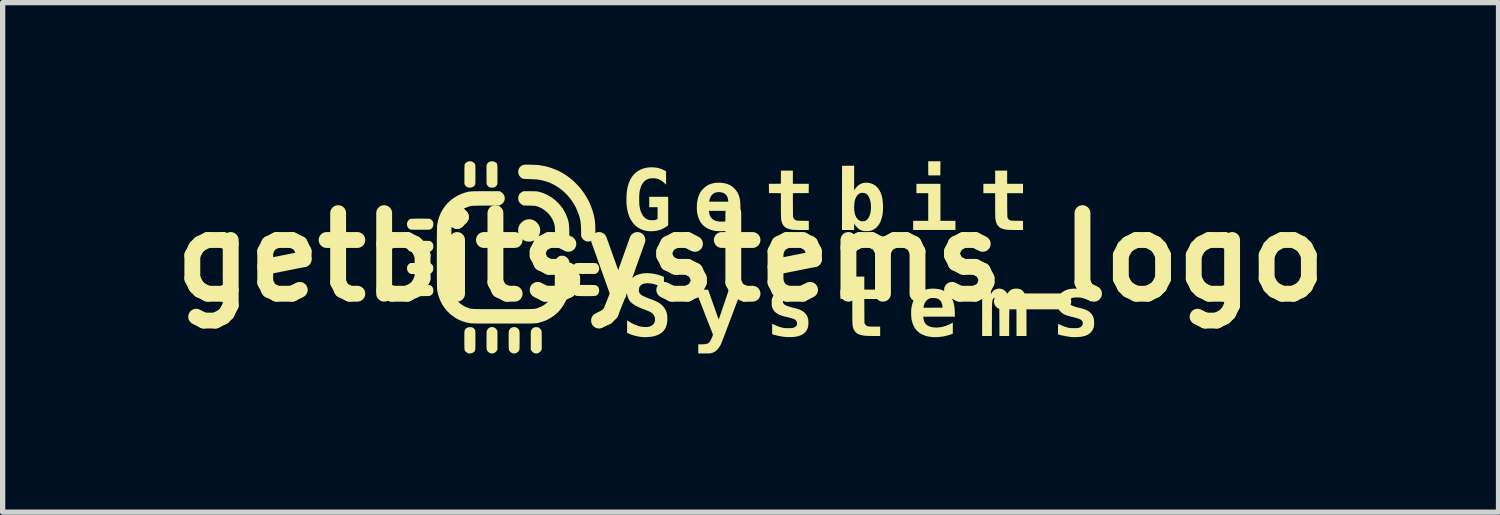
<source format=kicad_pcb>
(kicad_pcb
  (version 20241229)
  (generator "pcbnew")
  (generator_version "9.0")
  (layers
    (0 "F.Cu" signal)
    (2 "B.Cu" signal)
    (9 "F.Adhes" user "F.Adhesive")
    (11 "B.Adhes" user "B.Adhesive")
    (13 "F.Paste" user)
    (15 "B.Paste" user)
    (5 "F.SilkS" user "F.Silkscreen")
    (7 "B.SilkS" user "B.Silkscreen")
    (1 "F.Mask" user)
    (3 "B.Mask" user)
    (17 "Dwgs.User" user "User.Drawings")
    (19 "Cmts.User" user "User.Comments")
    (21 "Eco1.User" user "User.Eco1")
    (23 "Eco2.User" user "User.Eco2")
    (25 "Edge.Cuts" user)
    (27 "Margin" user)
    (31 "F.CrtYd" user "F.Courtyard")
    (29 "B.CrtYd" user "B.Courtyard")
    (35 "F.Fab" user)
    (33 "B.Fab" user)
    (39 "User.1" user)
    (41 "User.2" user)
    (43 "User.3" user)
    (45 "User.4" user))
  (footprint "getbitsystems_logo"
    (layer "F.Cu")
    (at 11.147 1.816)
    (property "Reference" "getbitsystems_logo" (at 0 0 0) (layer "F.SilkS") (effects (font (size 1.524 1.524) (thickness 0.3))))
    (attr board_only exclude_from_pos_files exclude_from_bom)
    (fp_poly (pts (xy 3.591 -0.689) (xy 3.875 -0.689) (xy 3.875 -0.516) (xy 3.075 -0.516) (xy 3.075 -0.689) (xy 3.36 -0.689) (xy 3.36 -1.212) (xy 3.137 -1.212) (xy 3.137 -1.389) (xy 3.591 -1.389)) (stroke (width 0) (type solid)) (fill yes) (layer "F.SilkS"))
    (fp_poly (pts (xy 3.59 -1.683) (xy 3.589 -1.549) (xy 3.477 -1.548) (xy 3.448 -1.548) (xy 3.422 -1.548) (xy 3.4 -1.548) (xy 3.381 -1.548) (xy 3.369 -1.549) (xy 3.363 -1.549) (xy 3.362 -1.55) (xy 3.362 -1.554) (xy 3.361 -1.565) (xy 3.361 -1.582) (xy 3.36 -1.604) (xy 3.36 -1.63) (xy 3.36 -1.659) (xy 3.36 -1.684) (xy 3.36 -1.816) (xy 3.591 -1.816)) (stroke (width 0) (type solid)) (fill yes) (layer "F.SilkS"))
    (fp_poly (pts (xy -4.163 -0.718) (xy -4.127 -0.71) (xy -4.093 -0.695) (xy -4.061 -0.674) (xy -4.039 -0.654) (xy -4.013 -0.621) (xy -3.995 -0.586) (xy -3.983 -0.549) (xy -3.979 -0.51) (xy -3.983 -0.47) (xy -3.987 -0.452) (xy -4 -0.415) (xy -4.02 -0.382) (xy -4.044 -0.353) (xy -4.074 -0.33) (xy -4.107 -0.312) (xy -4.143 -0.301) (xy -4.182 -0.296) (xy -4.214 -0.297) (xy -4.251 -0.305) (xy -4.286 -0.319) (xy -4.318 -0.341) (xy -4.346 -0.369) (xy -4.364 -0.393) (xy -4.382 -0.425) (xy -4.392 -0.459) (xy -4.396 -0.496) (xy -4.397 -0.508) (xy -4.394 -0.547) (xy -4.385 -0.582) (xy -4.37 -0.613) (xy -4.348 -0.643) (xy -4.335 -0.657) (xy -4.304 -0.682) (xy -4.271 -0.701) (xy -4.236 -0.714) (xy -4.2 -0.719)) (stroke (width 0) (type solid)) (fill yes) (layer "F.SilkS"))
    (fp_poly (pts (xy -4.873 1.321) (xy -4.854 1.326) (xy -4.832 1.338) (xy -4.812 1.356) (xy -4.797 1.378) (xy -4.797 1.38) (xy -4.788 1.399) (xy -4.788 1.57) (xy -4.788 1.742) (xy -4.797 1.762) (xy -4.812 1.784) (xy -4.832 1.801) (xy -4.855 1.813) (xy -4.88 1.82) (xy -4.905 1.82) (xy -4.918 1.817) (xy -4.94 1.807) (xy -4.959 1.793) (xy -4.967 1.784) (xy -4.974 1.777) (xy -4.979 1.77) (xy -4.984 1.763) (xy -4.987 1.754) (xy -4.99 1.744) (xy -4.992 1.731) (xy -4.993 1.714) (xy -4.994 1.693) (xy -4.995 1.667) (xy -4.995 1.636) (xy -4.995 1.598) (xy -4.995 1.569) (xy -4.995 1.528) (xy -4.995 1.492) (xy -4.994 1.461) (xy -4.994 1.435) (xy -4.993 1.415) (xy -4.992 1.402) (xy -4.991 1.396) (xy -4.983 1.376) (xy -4.969 1.357) (xy -4.953 1.34) (xy -4.944 1.334) (xy -4.923 1.325) (xy -4.898 1.32)) (stroke (width 0) (type solid)) (fill yes) (layer "F.SilkS"))
    (fp_poly (pts (xy -4.043 1.322) (xy -4.024 1.325) (xy -4.009 1.329) (xy -3.988 1.344) (xy -3.97 1.363) (xy -3.959 1.381) (xy -3.957 1.386) (xy -3.955 1.39) (xy -3.954 1.396) (xy -3.953 1.403) (xy -3.952 1.413) (xy -3.951 1.425) (xy -3.951 1.442) (xy -3.951 1.463) (xy -3.951 1.489) (xy -3.95 1.522) (xy -3.95 1.561) (xy -3.95 1.57) (xy -3.95 1.741) (xy -3.96 1.76) (xy -3.974 1.781) (xy -3.994 1.799) (xy -4.017 1.812) (xy -4.042 1.819) (xy -4.056 1.82) (xy -4.068 1.819) (xy -4.083 1.816) (xy -4.087 1.814) (xy -4.106 1.805) (xy -4.125 1.791) (xy -4.141 1.773) (xy -4.149 1.76) (xy -4.158 1.741) (xy -4.158 1.57) (xy -4.158 1.529) (xy -4.158 1.495) (xy -4.158 1.468) (xy -4.158 1.446) (xy -4.157 1.428) (xy -4.157 1.415) (xy -4.156 1.405) (xy -4.155 1.397) (xy -4.154 1.391) (xy -4.152 1.387) (xy -4.151 1.382) (xy -4.15 1.381) (xy -4.137 1.361) (xy -4.12 1.343) (xy -4.1 1.329) (xy -4.099 1.329) (xy -4.084 1.324) (xy -4.064 1.322)) (stroke (width 0) (type solid)) (fill yes) (layer "F.SilkS"))
    (fp_poly (pts (xy -3.115 0.108) (xy -3.07 0.108) (xy -3.033 0.108) (xy -3.002 0.108) (xy -2.977 0.109) (xy -2.957 0.11) (xy -2.941 0.111) (xy -2.928 0.113) (xy -2.918 0.115) (xy -2.911 0.118) (xy -2.904 0.122) (xy -2.899 0.127) (xy -2.894 0.133) (xy -2.889 0.139) (xy -2.875 0.161) (xy -2.866 0.185) (xy -2.864 0.211) (xy -2.866 0.236) (xy -2.874 0.26) (xy -2.887 0.281) (xy -2.905 0.298) (xy -2.919 0.306) (xy -2.938 0.316) (xy -3.113 0.315) (xy -3.164 0.315) (xy -3.206 0.315) (xy -3.241 0.314) (xy -3.268 0.313) (xy -3.287 0.312) (xy -3.299 0.311) (xy -3.302 0.311) (xy -3.317 0.303) (xy -3.333 0.289) (xy -3.346 0.273) (xy -3.356 0.255) (xy -3.358 0.25) (xy -3.363 0.221) (xy -3.362 0.193) (xy -3.355 0.167) (xy -3.343 0.145) (xy -3.334 0.134) (xy -3.328 0.128) (xy -3.322 0.123) (xy -3.317 0.119) (xy -3.31 0.116) (xy -3.303 0.113) (xy -3.293 0.111) (xy -3.28 0.11) (xy -3.264 0.109) (xy -3.243 0.108) (xy -3.218 0.108) (xy -3.186 0.108) (xy -3.148 0.108)) (stroke (width 0) (type solid)) (fill yes) (layer "F.SilkS"))
    (fp_poly (pts (xy -6.206 0.108) (xy -6.171 0.108) (xy -6.142 0.108) (xy -6.119 0.108) (xy -6.101 0.109) (xy -6.087 0.109) (xy -6.076 0.11) (xy -6.069 0.111) (xy -6.063 0.112) (xy -6.059 0.113) (xy -6.055 0.115) (xy -6.054 0.115) (xy -6.036 0.128) (xy -6.02 0.145) (xy -6.009 0.162) (xy -6.004 0.178) (xy -6.001 0.199) (xy -6.001 0.222) (xy -6.004 0.243) (xy -6.006 0.25) (xy -6.014 0.268) (xy -6.027 0.285) (xy -6.043 0.3) (xy -6.058 0.309) (xy -6.064 0.311) (xy -6.072 0.313) (xy -6.088 0.313) (xy -6.11 0.314) (xy -6.14 0.315) (xy -6.177 0.315) (xy -6.22 0.316) (xy -6.252 0.316) (xy -6.425 0.316) (xy -6.446 0.305) (xy -6.466 0.291) (xy -6.482 0.273) (xy -6.492 0.251) (xy -6.498 0.227) (xy -6.499 0.202) (xy -6.495 0.178) (xy -6.486 0.155) (xy -6.472 0.136) (xy -6.454 0.12) (xy -6.442 0.114) (xy -6.437 0.112) (xy -6.431 0.111) (xy -6.423 0.11) (xy -6.412 0.109) (xy -6.397 0.109) (xy -6.377 0.108) (xy -6.353 0.108) (xy -6.323 0.108) (xy -6.286 0.108) (xy -6.248 0.108)) (stroke (width 0) (type solid)) (fill yes) (layer "F.SilkS"))
    (fp_poly (pts (xy -6.204 -0.312) (xy -6.164 -0.311) (xy -6.129 -0.311) (xy -6.102 -0.31) (xy -6.081 -0.309) (xy -6.068 -0.308) (xy -6.064 -0.308) (xy -6.048 -0.3) (xy -6.032 -0.287) (xy -6.018 -0.271) (xy -6.008 -0.253) (xy -6.006 -0.247) (xy -6.002 -0.227) (xy -6 -0.205) (xy -6.002 -0.183) (xy -6.007 -0.164) (xy -6.009 -0.158) (xy -6.022 -0.139) (xy -6.039 -0.122) (xy -6.054 -0.111) (xy -6.058 -0.11) (xy -6.062 -0.108) (xy -6.068 -0.107) (xy -6.076 -0.106) (xy -6.086 -0.105) (xy -6.099 -0.105) (xy -6.117 -0.104) (xy -6.14 -0.104) (xy -6.168 -0.104) (xy -6.202 -0.104) (xy -6.243 -0.104) (xy -6.249 -0.104) (xy -6.292 -0.104) (xy -6.328 -0.104) (xy -6.358 -0.104) (xy -6.381 -0.105) (xy -6.4 -0.105) (xy -6.415 -0.106) (xy -6.426 -0.107) (xy -6.434 -0.108) (xy -6.439 -0.109) (xy -6.442 -0.11) (xy -6.463 -0.123) (xy -6.479 -0.141) (xy -6.49 -0.162) (xy -6.497 -0.185) (xy -6.499 -0.21) (xy -6.496 -0.235) (xy -6.488 -0.258) (xy -6.476 -0.278) (xy -6.458 -0.295) (xy -6.445 -0.302) (xy -6.425 -0.312) (xy -6.252 -0.312)) (stroke (width 0) (type solid)) (fill yes) (layer "F.SilkS"))
    (fp_poly (pts (xy -4.853 -1.81) (xy -4.829 -1.799) (xy -4.818 -1.79) (xy -4.811 -1.785) (xy -4.806 -1.779) (xy -4.801 -1.774) (xy -4.797 -1.768) (xy -4.794 -1.76) (xy -4.792 -1.75) (xy -4.79 -1.737) (xy -4.789 -1.721) (xy -4.788 -1.7) (xy -4.788 -1.674) (xy -4.788 -1.643) (xy -4.788 -1.605) (xy -4.788 -1.566) (xy -4.788 -1.523) (xy -4.788 -1.488) (xy -4.788 -1.458) (xy -4.788 -1.435) (xy -4.788 -1.416) (xy -4.789 -1.402) (xy -4.79 -1.391) (xy -4.791 -1.383) (xy -4.792 -1.377) (xy -4.793 -1.373) (xy -4.794 -1.371) (xy -4.807 -1.352) (xy -4.826 -1.335) (xy -4.839 -1.327) (xy -4.856 -1.321) (xy -4.877 -1.318) (xy -4.899 -1.317) (xy -4.92 -1.319) (xy -4.934 -1.323) (xy -4.95 -1.331) (xy -4.966 -1.344) (xy -4.979 -1.36) (xy -4.989 -1.375) (xy -4.991 -1.38) (xy -4.992 -1.387) (xy -4.993 -1.398) (xy -4.994 -1.415) (xy -4.994 -1.438) (xy -4.995 -1.466) (xy -4.995 -1.501) (xy -4.995 -1.543) (xy -4.995 -1.569) (xy -4.995 -1.742) (xy -4.985 -1.762) (xy -4.971 -1.783) (xy -4.952 -1.799) (xy -4.929 -1.81) (xy -4.904 -1.815) (xy -4.878 -1.815)) (stroke (width 0) (type solid)) (fill yes) (layer "F.SilkS"))
    (fp_poly (pts (xy 2.151 0.612) (xy 2.451 0.612) (xy 2.451 0.789) (xy 2.151 0.789) (xy 2.152 1.015) (xy 2.153 1.241) (xy 2.164 1.263) (xy 2.176 1.282) (xy 2.192 1.295) (xy 2.212 1.304) (xy 2.228 1.308) (xy 2.238 1.309) (xy 2.254 1.31) (xy 2.276 1.311) (xy 2.303 1.312) (xy 2.332 1.312) (xy 2.35 1.312) (xy 2.451 1.312) (xy 2.451 1.489) (xy 2.331 1.489) (xy 2.299 1.489) (xy 2.268 1.488) (xy 2.239 1.488) (xy 2.213 1.487) (xy 2.192 1.486) (xy 2.176 1.485) (xy 2.173 1.485) (xy 2.124 1.479) (xy 2.081 1.469) (xy 2.045 1.457) (xy 2.014 1.44) (xy 1.988 1.419) (xy 1.968 1.394) (xy 1.951 1.365) (xy 1.943 1.344) (xy 1.939 1.333) (xy 1.936 1.322) (xy 1.934 1.31) (xy 1.931 1.297) (xy 1.929 1.283) (xy 1.928 1.266) (xy 1.927 1.246) (xy 1.926 1.222) (xy 1.925 1.194) (xy 1.925 1.16) (xy 1.924 1.121) (xy 1.924 1.076) (xy 1.924 1.023) (xy 1.924 1.021) (xy 1.924 0.789) (xy 1.812 0.788) (xy 1.699 0.787) (xy 1.699 0.614) (xy 1.812 0.613) (xy 1.924 0.612) (xy 1.924 0.366) (xy 2.151 0.366)) (stroke (width 0) (type solid)) (fill yes) (layer "F.SilkS"))
    (fp_poly (pts (xy -5.281 -1.813) (xy -5.257 -1.804) (xy -5.235 -1.789) (xy -5.217 -1.77) (xy -5.212 -1.761) (xy -5.21 -1.758) (xy -5.209 -1.753) (xy -5.208 -1.747) (xy -5.207 -1.739) (xy -5.206 -1.727) (xy -5.206 -1.711) (xy -5.205 -1.691) (xy -5.205 -1.666) (xy -5.205 -1.635) (xy -5.205 -1.598) (xy -5.205 -1.566) (xy -5.205 -1.524) (xy -5.205 -1.489) (xy -5.205 -1.46) (xy -5.205 -1.437) (xy -5.206 -1.418) (xy -5.206 -1.404) (xy -5.207 -1.393) (xy -5.208 -1.385) (xy -5.209 -1.379) (xy -5.21 -1.375) (xy -5.212 -1.371) (xy -5.213 -1.368) (xy -5.229 -1.346) (xy -5.25 -1.331) (xy -5.275 -1.321) (xy -5.303 -1.317) (xy -5.319 -1.317) (xy -5.334 -1.318) (xy -5.344 -1.32) (xy -5.344 -1.32) (xy -5.365 -1.329) (xy -5.383 -1.343) (xy -5.398 -1.36) (xy -5.403 -1.368) (xy -5.413 -1.387) (xy -5.413 -1.566) (xy -5.413 -1.61) (xy -5.413 -1.647) (xy -5.413 -1.677) (xy -5.412 -1.702) (xy -5.411 -1.722) (xy -5.41 -1.738) (xy -5.408 -1.75) (xy -5.406 -1.759) (xy -5.402 -1.767) (xy -5.398 -1.773) (xy -5.393 -1.779) (xy -5.387 -1.784) (xy -5.381 -1.79) (xy -5.359 -1.805) (xy -5.334 -1.813) (xy -5.307 -1.816)) (stroke (width 0) (type solid)) (fill yes) (layer "F.SilkS"))
    (fp_poly (pts (xy -6.25 0.525) (xy -6.208 0.525) (xy -6.172 0.525) (xy -6.144 0.525) (xy -6.12 0.526) (xy -6.102 0.526) (xy -6.087 0.526) (xy -6.077 0.527) (xy -6.069 0.528) (xy -6.063 0.529) (xy -6.058 0.53) (xy -6.054 0.532) (xy -6.051 0.534) (xy -6.03 0.549) (xy -6.014 0.57) (xy -6.004 0.596) (xy -6 0.625) (xy -6 0.631) (xy -6.003 0.659) (xy -6.012 0.683) (xy -6.027 0.704) (xy -6.046 0.72) (xy -6.069 0.73) (xy -6.073 0.731) (xy -6.082 0.732) (xy -6.097 0.733) (xy -6.118 0.733) (xy -6.143 0.734) (xy -6.172 0.734) (xy -6.204 0.735) (xy -6.237 0.735) (xy -6.27 0.735) (xy -6.303 0.734) (xy -6.335 0.734) (xy -6.363 0.734) (xy -6.388 0.733) (xy -6.408 0.732) (xy -6.423 0.731) (xy -6.43 0.73) (xy -6.448 0.723) (xy -6.465 0.71) (xy -6.479 0.693) (xy -6.491 0.674) (xy -6.495 0.664) (xy -6.499 0.636) (xy -6.498 0.608) (xy -6.49 0.582) (xy -6.477 0.559) (xy -6.47 0.551) (xy -6.464 0.545) (xy -6.459 0.54) (xy -6.454 0.536) (xy -6.448 0.533) (xy -6.44 0.531) (xy -6.431 0.529) (xy -6.418 0.527) (xy -6.402 0.526) (xy -6.382 0.526) (xy -6.357 0.525) (xy -6.326 0.525) (xy -6.288 0.525)) (stroke (width 0) (type solid)) (fill yes) (layer "F.SilkS"))
    (fp_poly (pts (xy -6.198 -0.731) (xy -6.167 -0.731) (xy -6.139 -0.73) (xy -6.114 -0.73) (xy -6.094 -0.729) (xy -6.08 -0.728) (xy -6.073 -0.728) (xy -6.051 -0.719) (xy -6.031 -0.704) (xy -6.015 -0.682) (xy -6.012 -0.677) (xy -6.005 -0.664) (xy -6.002 -0.653) (xy -6 -0.643) (xy -6 -0.629) (xy -6 -0.622) (xy -6.005 -0.591) (xy -6.014 -0.566) (xy -6.029 -0.546) (xy -6.051 -0.53) (xy -6.052 -0.53) (xy -6.056 -0.528) (xy -6.06 -0.526) (xy -6.065 -0.525) (xy -6.071 -0.524) (xy -6.08 -0.523) (xy -6.092 -0.522) (xy -6.108 -0.522) (xy -6.129 -0.521) (xy -6.154 -0.521) (xy -6.186 -0.521) (xy -6.224 -0.521) (xy -6.242 -0.521) (xy -6.279 -0.521) (xy -6.313 -0.521) (xy -6.345 -0.521) (xy -6.373 -0.521) (xy -6.396 -0.522) (xy -6.414 -0.522) (xy -6.426 -0.523) (xy -6.43 -0.523) (xy -6.451 -0.532) (xy -6.47 -0.547) (xy -6.485 -0.568) (xy -6.495 -0.591) (xy -6.5 -0.621) (xy -6.498 -0.649) (xy -6.488 -0.675) (xy -6.472 -0.698) (xy -6.468 -0.702) (xy -6.455 -0.714) (xy -6.444 -0.721) (xy -6.433 -0.726) (xy -6.428 -0.727) (xy -6.419 -0.728) (xy -6.404 -0.729) (xy -6.383 -0.729) (xy -6.358 -0.73) (xy -6.329 -0.731) (xy -6.297 -0.731) (xy -6.264 -0.731) (xy -6.231 -0.731)) (stroke (width 0) (type solid)) (fill yes) (layer "F.SilkS"))
    (fp_poly (pts (xy -5.286 1.322) (xy -5.26 1.329) (xy -5.237 1.343) (xy -5.219 1.362) (xy -5.214 1.371) (xy -5.212 1.375) (xy -5.21 1.379) (xy -5.209 1.384) (xy -5.208 1.39) (xy -5.207 1.398) (xy -5.206 1.41) (xy -5.206 1.425) (xy -5.205 1.444) (xy -5.205 1.468) (xy -5.205 1.498) (xy -5.205 1.534) (xy -5.205 1.57) (xy -5.205 1.614) (xy -5.205 1.65) (xy -5.205 1.68) (xy -5.206 1.705) (xy -5.206 1.725) (xy -5.207 1.74) (xy -5.209 1.752) (xy -5.211 1.761) (xy -5.213 1.769) (xy -5.217 1.774) (xy -5.221 1.78) (xy -5.226 1.785) (xy -5.231 1.79) (xy -5.25 1.804) (xy -5.274 1.814) (xy -5.3 1.819) (xy -5.327 1.819) (xy -5.346 1.815) (xy -5.363 1.806) (xy -5.381 1.793) (xy -5.396 1.777) (xy -5.406 1.764) (xy -5.407 1.76) (xy -5.409 1.755) (xy -5.41 1.749) (xy -5.411 1.74) (xy -5.412 1.729) (xy -5.412 1.714) (xy -5.413 1.694) (xy -5.413 1.669) (xy -5.414 1.639) (xy -5.414 1.601) (xy -5.414 1.582) (xy -5.414 1.533) (xy -5.414 1.491) (xy -5.414 1.456) (xy -5.413 1.429) (xy -5.413 1.41) (xy -5.411 1.397) (xy -5.411 1.395) (xy -5.402 1.37) (xy -5.387 1.35) (xy -5.367 1.335) (xy -5.342 1.325) (xy -5.316 1.321)) (stroke (width 0) (type solid)) (fill yes) (layer "F.SilkS"))
    (fp_poly (pts (xy 4.853 -1.389) (xy 5.153 -1.389) (xy 5.153 -1.212) (xy 4.853 -1.212) (xy 4.854 -0.988) (xy 4.854 -0.938) (xy 4.855 -0.896) (xy 4.855 -0.86) (xy 4.855 -0.83) (xy 4.856 -0.806) (xy 4.857 -0.787) (xy 4.857 -0.772) (xy 4.858 -0.761) (xy 4.859 -0.754) (xy 4.86 -0.75) (xy 4.872 -0.727) (xy 4.89 -0.71) (xy 4.91 -0.7) (xy 4.917 -0.697) (xy 4.923 -0.695) (xy 4.931 -0.694) (xy 4.941 -0.693) (xy 4.954 -0.692) (xy 4.971 -0.691) (xy 4.993 -0.69) (xy 5.021 -0.69) (xy 5.042 -0.69) (xy 5.153 -0.688) (xy 5.153 -0.516) (xy 5.016 -0.516) (xy 4.982 -0.516) (xy 4.951 -0.517) (xy 4.921 -0.517) (xy 4.895 -0.518) (xy 4.874 -0.519) (xy 4.859 -0.519) (xy 4.851 -0.52) (xy 4.804 -0.528) (xy 4.764 -0.539) (xy 4.73 -0.553) (xy 4.702 -0.572) (xy 4.679 -0.595) (xy 4.661 -0.623) (xy 4.646 -0.656) (xy 4.636 -0.695) (xy 4.632 -0.72) (xy 4.63 -0.729) (xy 4.629 -0.741) (xy 4.628 -0.755) (xy 4.628 -0.773) (xy 4.627 -0.795) (xy 4.627 -0.821) (xy 4.626 -0.853) (xy 4.626 -0.89) (xy 4.626 -0.934) (xy 4.626 -0.984) (xy 4.626 -1.212) (xy 4.403 -1.212) (xy 4.403 -1.389) (xy 4.626 -1.389) (xy 4.626 -1.639) (xy 4.853 -1.639)) (stroke (width 0) (type solid)) (fill yes) (layer "F.SilkS"))
    (fp_poly (pts (xy 0.8 -1.389) (xy 1.101 -1.389) (xy 1.1 -1.302) (xy 1.099 -1.214) (xy 0.95 -1.213) (xy 0.8 -1.212) (xy 0.8 -0.997) (xy 0.801 -0.944) (xy 0.801 -0.897) (xy 0.801 -0.857) (xy 0.802 -0.823) (xy 0.802 -0.797) (xy 0.803 -0.777) (xy 0.804 -0.765) (xy 0.805 -0.762) (xy 0.813 -0.738) (xy 0.828 -0.718) (xy 0.849 -0.703) (xy 0.865 -0.696) (xy 0.874 -0.695) (xy 0.889 -0.693) (xy 0.911 -0.692) (xy 0.939 -0.691) (xy 0.972 -0.69) (xy 0.99 -0.69) (xy 1.101 -0.688) (xy 1.101 -0.516) (xy 0.963 -0.516) (xy 0.919 -0.516) (xy 0.88 -0.517) (xy 0.847 -0.518) (xy 0.82 -0.519) (xy 0.8 -0.52) (xy 0.791 -0.521) (xy 0.745 -0.53) (xy 0.705 -0.541) (xy 0.672 -0.556) (xy 0.645 -0.575) (xy 0.622 -0.599) (xy 0.605 -0.627) (xy 0.591 -0.661) (xy 0.581 -0.701) (xy 0.579 -0.715) (xy 0.578 -0.724) (xy 0.577 -0.735) (xy 0.576 -0.75) (xy 0.575 -0.768) (xy 0.575 -0.79) (xy 0.574 -0.818) (xy 0.574 -0.85) (xy 0.574 -0.889) (xy 0.573 -0.934) (xy 0.573 -0.98) (xy 0.573 -1.212) (xy 0.461 -1.213) (xy 0.348 -1.214) (xy 0.347 -1.302) (xy 0.346 -1.389) (xy 0.459 -1.39) (xy 0.572 -1.391) (xy 0.573 -1.515) (xy 0.574 -1.639) (xy 0.8 -1.639)) (stroke (width 0) (type solid)) (fill yes) (layer "F.SilkS"))
    (fp_poly (pts (xy -3.07 0.524) (xy -3.034 0.524) (xy -3.004 0.524) (xy -2.98 0.525) (xy -2.961 0.525) (xy -2.947 0.526) (xy -2.937 0.527) (xy -2.93 0.528) (xy -2.928 0.529) (xy -2.905 0.541) (xy -2.887 0.558) (xy -2.874 0.58) (xy -2.866 0.605) (xy -2.864 0.632) (xy -2.868 0.661) (xy -2.869 0.664) (xy -2.879 0.686) (xy -2.894 0.706) (xy -2.912 0.721) (xy -2.932 0.73) (xy -2.936 0.731) (xy -2.945 0.732) (xy -2.961 0.733) (xy -2.983 0.734) (xy -3.009 0.734) (xy -3.039 0.735) (xy -3.071 0.735) (xy -3.104 0.735) (xy -3.137 0.735) (xy -3.17 0.735) (xy -3.202 0.734) (xy -3.23 0.734) (xy -3.255 0.733) (xy -3.275 0.732) (xy -3.289 0.731) (xy -3.295 0.73) (xy -3.317 0.72) (xy -3.336 0.705) (xy -3.35 0.685) (xy -3.356 0.674) (xy -3.359 0.664) (xy -3.361 0.653) (xy -3.362 0.638) (xy -3.362 0.629) (xy -3.361 0.612) (xy -3.36 0.599) (xy -3.358 0.59) (xy -3.353 0.58) (xy -3.35 0.574) (xy -3.342 0.561) (xy -3.332 0.549) (xy -3.326 0.544) (xy -3.32 0.539) (xy -3.314 0.535) (xy -3.308 0.532) (xy -3.3 0.53) (xy -3.29 0.528) (xy -3.278 0.526) (xy -3.262 0.525) (xy -3.242 0.524) (xy -3.217 0.524) (xy -3.187 0.524) (xy -3.15 0.524) (xy -3.113 0.524)) (stroke (width 0) (type solid)) (fill yes) (layer "F.SilkS"))
    (fp_poly (pts (xy -4.437 1.326) (xy -4.414 1.337) (xy -4.394 1.355) (xy -4.391 1.358) (xy -4.386 1.364) (xy -4.381 1.371) (xy -4.378 1.378) (xy -4.375 1.387) (xy -4.373 1.398) (xy -4.371 1.411) (xy -4.37 1.428) (xy -4.369 1.45) (xy -4.369 1.476) (xy -4.368 1.508) (xy -4.369 1.547) (xy -4.369 1.578) (xy -4.369 1.619) (xy -4.369 1.652) (xy -4.37 1.679) (xy -4.37 1.701) (xy -4.371 1.717) (xy -4.371 1.73) (xy -4.372 1.74) (xy -4.373 1.747) (xy -4.374 1.752) (xy -4.376 1.756) (xy -4.378 1.76) (xy -4.378 1.761) (xy -4.395 1.784) (xy -4.416 1.803) (xy -4.427 1.809) (xy -4.444 1.816) (xy -4.465 1.819) (xy -4.485 1.819) (xy -4.503 1.815) (xy -4.503 1.815) (xy -4.526 1.804) (xy -4.545 1.79) (xy -4.555 1.78) (xy -4.56 1.774) (xy -4.564 1.767) (xy -4.567 1.761) (xy -4.57 1.752) (xy -4.572 1.742) (xy -4.573 1.73) (xy -4.574 1.713) (xy -4.575 1.693) (xy -4.576 1.667) (xy -4.576 1.636) (xy -4.576 1.599) (xy -4.576 1.567) (xy -4.576 1.527) (xy -4.576 1.493) (xy -4.576 1.466) (xy -4.575 1.444) (xy -4.575 1.427) (xy -4.574 1.414) (xy -4.574 1.404) (xy -4.573 1.397) (xy -4.571 1.391) (xy -4.57 1.386) (xy -4.568 1.382) (xy -4.567 1.38) (xy -4.552 1.357) (xy -4.533 1.339) (xy -4.511 1.327) (xy -4.487 1.321) (xy -4.462 1.32)) (stroke (width 0) (type solid)) (fill yes) (layer "F.SilkS"))
    (fp_poly (pts (xy 3.515 0.596) (xy 3.571 0.605) (xy 3.622 0.62) (xy 3.669 0.642) (xy 3.712 0.669) (xy 3.75 0.703) (xy 3.782 0.743) (xy 3.792 0.757) (xy 3.81 0.788) (xy 3.825 0.819) (xy 3.837 0.853) (xy 3.847 0.89) (xy 3.854 0.931) (xy 3.859 0.977) (xy 3.862 1.029) (xy 3.862 1.044) (xy 3.865 1.124) (xy 3.266 1.124) (xy 3.269 1.15) (xy 3.276 1.19) (xy 3.289 1.225) (xy 3.306 1.254) (xy 3.33 1.279) (xy 3.359 1.298) (xy 3.394 1.313) (xy 3.434 1.323) (xy 3.473 1.328) (xy 3.535 1.329) (xy 3.597 1.322) (xy 3.66 1.308) (xy 3.723 1.286) (xy 3.786 1.257) (xy 3.825 1.236) (xy 3.825 1.446) (xy 3.786 1.46) (xy 3.718 1.481) (xy 3.648 1.497) (xy 3.578 1.507) (xy 3.509 1.511) (xy 3.443 1.51) (xy 3.441 1.51) (xy 3.379 1.502) (xy 3.322 1.49) (xy 3.269 1.471) (xy 3.222 1.448) (xy 3.18 1.419) (xy 3.143 1.385) (xy 3.124 1.363) (xy 3.098 1.323) (xy 3.076 1.28) (xy 3.059 1.232) (xy 3.047 1.188) (xy 3.043 1.163) (xy 3.04 1.133) (xy 3.038 1.099) (xy 3.037 1.063) (xy 3.037 1.028) (xy 3.038 0.995) (xy 3.041 0.966) (xy 3.042 0.959) (xy 3.043 0.955) (xy 3.27 0.955) (xy 3.451 0.954) (xy 3.631 0.953) (xy 3.63 0.935) (xy 3.625 0.898) (xy 3.614 0.864) (xy 3.599 0.835) (xy 3.579 0.81) (xy 3.554 0.792) (xy 3.549 0.789) (xy 3.524 0.78) (xy 3.494 0.773) (xy 3.461 0.77) (xy 3.429 0.771) (xy 3.4 0.775) (xy 3.383 0.781) (xy 3.353 0.796) (xy 3.327 0.818) (xy 3.306 0.845) (xy 3.289 0.877) (xy 3.277 0.912) (xy 3.273 0.935) (xy 3.27 0.955) (xy 3.043 0.955) (xy 3.054 0.898) (xy 3.072 0.842) (xy 3.095 0.791) (xy 3.123 0.746) (xy 3.158 0.706) (xy 3.161 0.702) (xy 3.199 0.669) (xy 3.24 0.642) (xy 3.284 0.621) (xy 3.332 0.606) (xy 3.384 0.597) (xy 3.442 0.593) (xy 3.454 0.593)) (stroke (width 0) (type solid)) (fill yes) (layer "F.SilkS"))
    (fp_poly (pts (xy -4.174 -1.249) (xy -4.139 -1.249) (xy -4.111 -1.248) (xy -4.088 -1.248) (xy -4.07 -1.248) (xy -4.055 -1.247) (xy -4.043 -1.246) (xy -4.031 -1.244) (xy -4.02 -1.242) (xy -4.011 -1.24) (xy -3.944 -1.221) (xy -3.878 -1.196) (xy -3.815 -1.163) (xy -3.754 -1.125) (xy -3.697 -1.081) (xy -3.645 -1.032) (xy -3.596 -0.978) (xy -3.553 -0.921) (xy -3.516 -0.86) (xy -3.485 -0.795) (xy -3.46 -0.728) (xy -3.456 -0.716) (xy -3.449 -0.689) (xy -3.443 -0.664) (xy -3.439 -0.639) (xy -3.435 -0.612) (xy -3.433 -0.583) (xy -3.431 -0.55) (xy -3.43 -0.51) (xy -3.43 -0.509) (xy -3.429 -0.48) (xy -3.429 -0.457) (xy -3.429 -0.439) (xy -3.43 -0.425) (xy -3.431 -0.415) (xy -3.432 -0.406) (xy -3.434 -0.397) (xy -3.436 -0.389) (xy -3.448 -0.362) (xy -3.466 -0.338) (xy -3.489 -0.319) (xy -3.515 -0.304) (xy -3.543 -0.296) (xy -3.573 -0.294) (xy -3.59 -0.296) (xy -3.619 -0.306) (xy -3.646 -0.323) (xy -3.668 -0.345) (xy -3.686 -0.372) (xy -3.686 -0.372) (xy -3.689 -0.38) (xy -3.692 -0.386) (xy -3.694 -0.393) (xy -3.695 -0.402) (xy -3.696 -0.413) (xy -3.697 -0.428) (xy -3.698 -0.449) (xy -3.699 -0.475) (xy -3.699 -0.487) (xy -3.7 -0.522) (xy -3.701 -0.552) (xy -3.703 -0.576) (xy -3.706 -0.597) (xy -3.71 -0.615) (xy -3.714 -0.633) (xy -3.72 -0.652) (xy -3.724 -0.662) (xy -3.746 -0.715) (xy -3.776 -0.765) (xy -3.811 -0.811) (xy -3.852 -0.854) (xy -3.897 -0.891) (xy -3.946 -0.923) (xy -3.997 -0.948) (xy -4.01 -0.953) (xy -4.026 -0.959) (xy -4.04 -0.964) (xy -4.054 -0.968) (xy -4.068 -0.971) (xy -4.083 -0.973) (xy -4.101 -0.974) (xy -4.123 -0.975) (xy -4.15 -0.976) (xy -4.184 -0.977) (xy -4.185 -0.977) (xy -4.293 -0.979) (xy -4.319 -0.992) (xy -4.345 -1.009) (xy -4.367 -1.03) (xy -4.383 -1.056) (xy -4.387 -1.065) (xy -4.393 -1.09) (xy -4.395 -1.118) (xy -4.392 -1.147) (xy -4.384 -1.172) (xy -4.383 -1.174) (xy -4.368 -1.199) (xy -4.347 -1.22) (xy -4.322 -1.237) (xy -4.318 -1.239) (xy -4.297 -1.249)) (stroke (width 0) (type solid)) (fill yes) (layer "F.SilkS"))
    (fp_poly (pts (xy -0.174 0.622) (xy -0.175 0.627) (xy -0.18 0.639) (xy -0.187 0.657) (xy -0.195 0.681) (xy -0.207 0.71) (xy -0.219 0.745) (xy -0.234 0.784) (xy -0.25 0.827) (xy -0.268 0.874) (xy -0.287 0.925) (xy -0.307 0.978) (xy -0.328 1.035) (xy -0.35 1.093) (xy -0.362 1.125) (xy -0.385 1.185) (xy -0.407 1.243) (xy -0.428 1.299) (xy -0.448 1.352) (xy -0.467 1.403) (xy -0.485 1.45) (xy -0.501 1.493) (xy -0.516 1.532) (xy -0.53 1.566) (xy -0.541 1.595) (xy -0.55 1.618) (xy -0.557 1.635) (xy -0.561 1.646) (xy -0.563 1.649) (xy -0.587 1.692) (xy -0.615 1.73) (xy -0.644 1.761) (xy -0.675 1.785) (xy -0.694 1.795) (xy -0.708 1.802) (xy -0.722 1.807) (xy -0.737 1.812) (xy -0.752 1.815) (xy -0.771 1.817) (xy -0.793 1.819) (xy -0.82 1.82) (xy -0.852 1.82) (xy -0.882 1.82) (xy -0.989 1.82) (xy -0.989 1.647) (xy -0.938 1.647) (xy -0.899 1.646) (xy -0.867 1.644) (xy -0.841 1.64) (xy -0.819 1.634) (xy -0.801 1.625) (xy -0.787 1.614) (xy -0.774 1.6) (xy -0.774 1.599) (xy -0.762 1.582) (xy -0.75 1.559) (xy -0.737 1.533) (xy -0.726 1.506) (xy -0.72 1.489) (xy -0.711 1.464) (xy -0.875 1.045) (xy -0.896 0.99) (xy -0.916 0.938) (xy -0.936 0.888) (xy -0.954 0.841) (xy -0.972 0.797) (xy -0.987 0.757) (xy -1.001 0.721) (xy -1.014 0.69) (xy -1.024 0.663) (xy -1.032 0.643) (xy -1.037 0.628) (xy -1.041 0.62) (xy -1.041 0.619) (xy -1.042 0.617) (xy -1.041 0.615) (xy -1.037 0.614) (xy -1.031 0.613) (xy -1.021 0.613) (xy -1.007 0.612) (xy -0.987 0.612) (xy -0.961 0.613) (xy -0.929 0.613) (xy -0.923 0.613) (xy -0.803 0.614) (xy -0.704 0.894) (xy -0.688 0.938) (xy -0.673 0.981) (xy -0.659 1.02) (xy -0.646 1.057) (xy -0.635 1.089) (xy -0.625 1.118) (xy -0.616 1.141) (xy -0.61 1.159) (xy -0.606 1.17) (xy -0.603 1.176) (xy -0.603 1.176) (xy -0.602 1.173) (xy -0.598 1.163) (xy -0.592 1.146) (xy -0.585 1.125) (xy -0.575 1.098) (xy -0.564 1.066) (xy -0.552 1.031) (xy -0.539 0.992) (xy -0.525 0.95) (xy -0.51 0.906) (xy -0.506 0.895) (xy -0.411 0.612) (xy -0.17 0.612)) (stroke (width 0) (type solid)) (fill yes) (layer "F.SilkS"))
    (fp_poly (pts (xy 1.959 -1.269) (xy 1.978 -1.295) (xy 2.008 -1.332) (xy 2.04 -1.362) (xy 2.076 -1.385) (xy 2.115 -1.401) (xy 2.156 -1.409) (xy 2.2 -1.411) (xy 2.221 -1.409) (xy 2.268 -1.4) (xy 2.312 -1.384) (xy 2.351 -1.362) (xy 2.385 -1.334) (xy 2.416 -1.299) (xy 2.442 -1.258) (xy 2.464 -1.211) (xy 2.477 -1.176) (xy 2.488 -1.134) (xy 2.496 -1.086) (xy 2.502 -1.033) (xy 2.505 -0.979) (xy 2.505 -0.923) (xy 2.502 -0.869) (xy 2.497 -0.817) (xy 2.49 -0.779) (xy 2.475 -0.723) (xy 2.456 -0.672) (xy 2.433 -0.628) (xy 2.405 -0.589) (xy 2.373 -0.556) (xy 2.338 -0.53) (xy 2.298 -0.511) (xy 2.286 -0.506) (xy 2.271 -0.502) (xy 2.257 -0.498) (xy 2.243 -0.496) (xy 2.225 -0.495) (xy 2.202 -0.494) (xy 2.201 -0.494) (xy 2.178 -0.494) (xy 2.16 -0.494) (xy 2.145 -0.495) (xy 2.132 -0.498) (xy 2.121 -0.5) (xy 2.103 -0.506) (xy 2.083 -0.514) (xy 2.069 -0.52) (xy 2.05 -0.532) (xy 2.03 -0.55) (xy 2.009 -0.57) (xy 1.99 -0.591) (xy 1.976 -0.612) (xy 1.973 -0.616) (xy 1.959 -0.641) (xy 1.959 -0.516) (xy 1.728 -0.516) (xy 1.729 -0.924) (xy 1.959 -0.924) (xy 1.96 -0.895) (xy 1.963 -0.873) (xy 1.971 -0.828) (xy 1.984 -0.788) (xy 2 -0.754) (xy 2.019 -0.727) (xy 2.042 -0.705) (xy 2.067 -0.69) (xy 2.095 -0.681) (xy 2.126 -0.68) (xy 2.158 -0.686) (xy 2.164 -0.687) (xy 2.187 -0.699) (xy 2.209 -0.717) (xy 2.228 -0.742) (xy 2.244 -0.771) (xy 2.257 -0.806) (xy 2.267 -0.845) (xy 2.274 -0.887) (xy 2.277 -0.932) (xy 2.276 -0.979) (xy 2.275 -0.996) (xy 2.269 -1.047) (xy 2.258 -1.091) (xy 2.244 -1.129) (xy 2.226 -1.16) (xy 2.209 -1.182) (xy 2.191 -1.198) (xy 2.172 -1.209) (xy 2.152 -1.215) (xy 2.128 -1.218) (xy 2.119 -1.218) (xy 2.101 -1.218) (xy 2.087 -1.216) (xy 2.077 -1.214) (xy 2.065 -1.209) (xy 2.062 -1.207) (xy 2.037 -1.191) (xy 2.016 -1.168) (xy 1.997 -1.139) (xy 1.981 -1.104) (xy 1.97 -1.07) (xy 1.966 -1.048) (xy 1.963 -1.02) (xy 1.961 -0.989) (xy 1.959 -0.956) (xy 1.959 -0.924) (xy 1.729 -0.924) (xy 1.729 -1.123) (xy 1.73 -1.73) (xy 1.844 -1.731) (xy 1.959 -1.732)) (stroke (width 0) (type solid)) (fill yes) (layer "F.SilkS"))
    (fp_poly (pts (xy -4.196 -1.752) (xy -4.165 -1.751) (xy -4.133 -1.75) (xy -4.101 -1.749) (xy -4.07 -1.747) (xy -4.042 -1.746) (xy -4.018 -1.744) (xy -3.999 -1.742) (xy -3.993 -1.742) (xy -3.898 -1.725) (xy -3.805 -1.701) (xy -3.715 -1.669) (xy -3.628 -1.631) (xy -3.545 -1.586) (xy -3.465 -1.534) (xy -3.388 -1.476) (xy -3.383 -1.471) (xy -3.358 -1.449) (xy -3.33 -1.423) (xy -3.301 -1.394) (xy -3.272 -1.363) (xy -3.244 -1.334) (xy -3.22 -1.306) (xy -3.208 -1.291) (xy -3.151 -1.214) (xy -3.1 -1.133) (xy -3.055 -1.049) (xy -3.018 -0.964) (xy -2.987 -0.877) (xy -2.963 -0.789) (xy -2.954 -0.743) (xy -2.948 -0.707) (xy -2.944 -0.673) (xy -2.941 -0.639) (xy -2.938 -0.602) (xy -2.937 -0.562) (xy -2.936 -0.515) (xy -2.936 -0.506) (xy -2.937 -0.471) (xy -2.937 -0.442) (xy -2.939 -0.42) (xy -2.942 -0.401) (xy -2.945 -0.386) (xy -2.951 -0.373) (xy -2.958 -0.36) (xy -2.965 -0.35) (xy -2.985 -0.328) (xy -3.01 -0.312) (xy -3.038 -0.301) (xy -3.067 -0.297) (xy -3.096 -0.299) (xy -3.108 -0.302) (xy -3.138 -0.315) (xy -3.163 -0.334) (xy -3.184 -0.358) (xy -3.193 -0.374) (xy -3.204 -0.394) (xy -3.206 -0.51) (xy -3.207 -0.551) (xy -3.209 -0.586) (xy -3.21 -0.615) (xy -3.213 -0.641) (xy -3.216 -0.665) (xy -3.219 -0.689) (xy -3.224 -0.712) (xy -3.23 -0.738) (xy -3.231 -0.743) (xy -3.252 -0.812) (xy -3.279 -0.882) (xy -3.311 -0.952) (xy -3.35 -1.02) (xy -3.392 -1.084) (xy -3.42 -1.121) (xy -3.438 -1.142) (xy -3.46 -1.167) (xy -3.485 -1.193) (xy -3.511 -1.219) (xy -3.537 -1.243) (xy -3.561 -1.265) (xy -3.573 -1.275) (xy -3.64 -1.324) (xy -3.71 -1.367) (xy -3.783 -1.403) (xy -3.859 -1.432) (xy -3.931 -1.452) (xy -3.959 -1.458) (xy -3.986 -1.463) (xy -4.012 -1.468) (xy -4.039 -1.471) (xy -4.068 -1.473) (xy -4.101 -1.475) (xy -4.14 -1.477) (xy -4.174 -1.478) (xy -4.209 -1.479) (xy -4.238 -1.48) (xy -4.261 -1.481) (xy -4.279 -1.482) (xy -4.293 -1.484) (xy -4.305 -1.487) (xy -4.315 -1.49) (xy -4.324 -1.495) (xy -4.333 -1.5) (xy -4.339 -1.505) (xy -4.36 -1.524) (xy -4.378 -1.549) (xy -4.388 -1.57) (xy -4.394 -1.595) (xy -4.395 -1.623) (xy -4.391 -1.651) (xy -4.383 -1.674) (xy -4.367 -1.7) (xy -4.346 -1.721) (xy -4.321 -1.738) (xy -4.293 -1.748) (xy -4.281 -1.75) (xy -4.268 -1.751) (xy -4.249 -1.752) (xy -4.224 -1.752)) (stroke (width 0) (type solid)) (fill yes) (layer "F.SilkS"))
    (fp_poly (pts (xy -1.855 -1.701) (xy -1.818 -1.699) (xy -1.784 -1.695) (xy -1.754 -1.69) (xy -1.746 -1.688) (xy -1.702 -1.675) (xy -1.662 -1.659) (xy -1.628 -1.642) (xy -1.623 -1.64) (xy -1.599 -1.626) (xy -1.598 -1.5) (xy -1.598 -1.47) (xy -1.598 -1.442) (xy -1.598 -1.418) (xy -1.598 -1.398) (xy -1.598 -1.384) (xy -1.598 -1.375) (xy -1.599 -1.374) (xy -1.602 -1.377) (xy -1.609 -1.383) (xy -1.619 -1.393) (xy -1.623 -1.397) (xy -1.657 -1.428) (xy -1.695 -1.454) (xy -1.736 -1.475) (xy -1.777 -1.488) (xy -1.799 -1.492) (xy -1.826 -1.494) (xy -1.855 -1.494) (xy -1.883 -1.493) (xy -1.907 -1.49) (xy -1.917 -1.488) (xy -1.954 -1.474) (xy -1.988 -1.455) (xy -2.017 -1.429) (xy -2.042 -1.397) (xy -2.064 -1.359) (xy -2.081 -1.314) (xy -2.095 -1.263) (xy -2.1 -1.235) (xy -2.102 -1.217) (xy -2.104 -1.193) (xy -2.106 -1.164) (xy -2.107 -1.132) (xy -2.107 -1.099) (xy -2.107 -1.066) (xy -2.106 -1.035) (xy -2.105 -1.007) (xy -2.103 -0.984) (xy -2.102 -0.973) (xy -2.091 -0.916) (xy -2.077 -0.866) (xy -2.058 -0.823) (xy -2.036 -0.786) (xy -2.01 -0.755) (xy -1.98 -0.731) (xy -1.947 -0.714) (xy -1.916 -0.704) (xy -1.901 -0.702) (xy -1.881 -0.701) (xy -1.858 -0.701) (xy -1.849 -0.701) (xy -1.828 -0.702) (xy -1.813 -0.703) (xy -1.801 -0.705) (xy -1.791 -0.709) (xy -1.781 -0.713) (xy -1.759 -0.723) (xy -1.759 -0.947) (xy -1.917 -0.947) (xy -1.917 -1.143) (xy -1.559 -1.143) (xy -1.559 -0.605) (xy -1.587 -0.584) (xy -1.634 -0.554) (xy -1.684 -0.529) (xy -1.737 -0.511) (xy -1.79 -0.499) (xy -1.812 -0.496) (xy -1.839 -0.494) (xy -1.869 -0.493) (xy -1.899 -0.493) (xy -1.928 -0.494) (xy -1.951 -0.496) (xy -1.957 -0.497) (xy -2.014 -0.509) (xy -2.066 -0.527) (xy -2.115 -0.552) (xy -2.16 -0.583) (xy -2.196 -0.616) (xy -2.233 -0.66) (xy -2.265 -0.709) (xy -2.292 -0.764) (xy -2.314 -0.825) (xy -2.331 -0.891) (xy -2.342 -0.963) (xy -2.344 -0.976) (xy -2.347 -1.012) (xy -2.348 -1.053) (xy -2.348 -1.098) (xy -2.347 -1.144) (xy -2.345 -1.19) (xy -2.341 -1.232) (xy -2.337 -1.269) (xy -2.336 -1.278) (xy -2.321 -1.345) (xy -2.302 -1.407) (xy -2.278 -1.463) (xy -2.249 -1.514) (xy -2.215 -1.559) (xy -2.176 -1.598) (xy -2.132 -1.631) (xy -2.084 -1.657) (xy -2.031 -1.678) (xy -1.973 -1.693) (xy -1.96 -1.695) (xy -1.928 -1.699) (xy -1.893 -1.701)) (stroke (width 0) (type solid)) (fill yes) (layer "F.SilkS"))
    (fp_poly (pts (xy 5.06 0.595) (xy 5.095 0.603) (xy 5.124 0.617) (xy 5.149 0.637) (xy 5.169 0.662) (xy 5.184 0.694) (xy 5.189 0.708) (xy 5.194 0.725) (xy 5.199 0.742) (xy 5.202 0.761) (xy 5.206 0.783) (xy 5.208 0.806) (xy 5.211 0.833) (xy 5.213 0.864) (xy 5.215 0.899) (xy 5.216 0.938) (xy 5.217 0.983) (xy 5.218 1.033) (xy 5.218 1.089) (xy 5.218 1.152) (xy 5.219 1.219) (xy 5.219 1.489) (xy 5.03 1.489) (xy 5.029 1.161) (xy 5.029 1.103) (xy 5.029 1.052) (xy 5.028 1.008) (xy 5.028 0.97) (xy 5.028 0.937) (xy 5.027 0.91) (xy 5.027 0.887) (xy 5.027 0.869) (xy 5.026 0.854) (xy 5.025 0.842) (xy 5.025 0.833) (xy 5.024 0.825) (xy 5.023 0.82) (xy 5.022 0.815) (xy 5.021 0.812) (xy 5.011 0.79) (xy 4.997 0.774) (xy 4.979 0.765) (xy 4.958 0.763) (xy 4.95 0.764) (xy 4.931 0.77) (xy 4.916 0.784) (xy 4.904 0.803) (xy 4.901 0.812) (xy 4.899 0.816) (xy 4.898 0.821) (xy 4.897 0.827) (xy 4.896 0.835) (xy 4.896 0.844) (xy 4.895 0.857) (xy 4.895 0.872) (xy 4.894 0.892) (xy 4.894 0.915) (xy 4.893 0.944) (xy 4.893 0.977) (xy 4.893 1.016) (xy 4.893 1.062) (xy 4.893 1.114) (xy 4.892 1.161) (xy 4.891 1.489) (xy 4.707 1.489) (xy 4.706 1.169) (xy 4.705 1.109) (xy 4.705 1.057) (xy 4.705 1.011) (xy 4.704 0.971) (xy 4.704 0.937) (xy 4.703 0.908) (xy 4.703 0.884) (xy 4.702 0.864) (xy 4.701 0.847) (xy 4.699 0.834) (xy 4.698 0.823) (xy 4.696 0.814) (xy 4.694 0.807) (xy 4.692 0.801) (xy 4.689 0.795) (xy 4.686 0.789) (xy 4.685 0.789) (xy 4.673 0.775) (xy 4.657 0.767) (xy 4.639 0.763) (xy 4.62 0.765) (xy 4.603 0.771) (xy 4.593 0.779) (xy 4.588 0.785) (xy 4.584 0.791) (xy 4.581 0.798) (xy 4.578 0.807) (xy 4.575 0.818) (xy 4.573 0.832) (xy 4.571 0.848) (xy 4.569 0.869) (xy 4.568 0.893) (xy 4.567 0.922) (xy 4.566 0.955) (xy 4.565 0.994) (xy 4.565 1.039) (xy 4.565 1.091) (xy 4.565 1.149) (xy 4.564 1.211) (xy 4.564 1.489) (xy 4.38 1.489) (xy 4.38 0.612) (xy 4.545 0.612) (xy 4.545 0.702) (xy 4.555 0.682) (xy 4.568 0.661) (xy 4.586 0.641) (xy 4.606 0.623) (xy 4.619 0.615) (xy 4.649 0.601) (xy 4.682 0.594) (xy 4.716 0.593) (xy 4.749 0.599) (xy 4.773 0.608) (xy 4.8 0.624) (xy 4.823 0.644) (xy 4.841 0.667) (xy 4.846 0.677) (xy 4.856 0.698) (xy 4.864 0.683) (xy 4.883 0.652) (xy 4.907 0.628) (xy 4.936 0.61) (xy 4.969 0.598) (xy 5.006 0.593) (xy 5.02 0.593)) (stroke (width 0) (type solid)) (fill yes) (layer "F.SilkS"))
    (fp_poly (pts (xy -0.525 -1.406) (xy -0.475 -1.396) (xy -0.428 -1.381) (xy -0.385 -1.362) (xy -0.353 -1.342) (xy -0.318 -1.312) (xy -0.285 -1.277) (xy -0.257 -1.238) (xy -0.234 -1.197) (xy -0.232 -1.191) (xy -0.218 -1.156) (xy -0.208 -1.12) (xy -0.2 -1.081) (xy -0.196 -1.038) (xy -0.193 -0.99) (xy -0.192 -0.953) (xy -0.192 -0.877) (xy -0.785 -0.877) (xy -0.785 -0.866) (xy -0.784 -0.849) (xy -0.78 -0.828) (xy -0.775 -0.806) (xy -0.768 -0.786) (xy -0.764 -0.775) (xy -0.749 -0.752) (xy -0.729 -0.73) (xy -0.706 -0.712) (xy -0.688 -0.701) (xy -0.667 -0.692) (xy -0.647 -0.685) (xy -0.626 -0.68) (xy -0.602 -0.677) (xy -0.572 -0.675) (xy -0.56 -0.675) (xy -0.506 -0.675) (xy -0.455 -0.68) (xy -0.405 -0.691) (xy -0.355 -0.707) (xy -0.302 -0.73) (xy -0.285 -0.738) (xy -0.266 -0.747) (xy -0.251 -0.755) (xy -0.238 -0.761) (xy -0.231 -0.765) (xy -0.23 -0.765) (xy -0.229 -0.762) (xy -0.229 -0.752) (xy -0.228 -0.736) (xy -0.227 -0.715) (xy -0.227 -0.691) (xy -0.227 -0.664) (xy -0.227 -0.662) (xy -0.227 -0.631) (xy -0.227 -0.607) (xy -0.228 -0.588) (xy -0.228 -0.575) (xy -0.229 -0.566) (xy -0.23 -0.56) (xy -0.231 -0.557) (xy -0.233 -0.555) (xy -0.234 -0.555) (xy -0.248 -0.549) (xy -0.268 -0.541) (xy -0.293 -0.534) (xy -0.32 -0.526) (xy -0.349 -0.518) (xy -0.379 -0.511) (xy -0.406 -0.505) (xy -0.423 -0.502) (xy -0.444 -0.499) (xy -0.471 -0.497) (xy -0.501 -0.495) (xy -0.534 -0.494) (xy -0.567 -0.494) (xy -0.598 -0.494) (xy -0.627 -0.495) (xy -0.652 -0.497) (xy -0.668 -0.498) (xy -0.727 -0.511) (xy -0.78 -0.529) (xy -0.829 -0.553) (xy -0.871 -0.582) (xy -0.909 -0.616) (xy -0.941 -0.656) (xy -0.967 -0.702) (xy -0.988 -0.752) (xy -1.004 -0.809) (xy -1.012 -0.854) (xy -1.014 -0.877) (xy -1.016 -0.905) (xy -1.016 -0.936) (xy -1.016 -0.969) (xy -1.015 -1.001) (xy -1.013 -1.03) (xy -1.01 -1.051) (xy -0.781 -1.051) (xy -0.423 -1.051) (xy -0.423 -1.069) (xy -0.427 -1.1) (xy -0.436 -1.132) (xy -0.451 -1.162) (xy -0.467 -1.184) (xy -0.488 -1.202) (xy -0.514 -1.216) (xy -0.544 -1.226) (xy -0.577 -1.232) (xy -0.612 -1.233) (xy -0.646 -1.228) (xy -0.676 -1.22) (xy -0.695 -1.209) (xy -0.716 -1.194) (xy -0.735 -1.174) (xy -0.751 -1.153) (xy -0.759 -1.138) (xy -0.766 -1.121) (xy -0.773 -1.101) (xy -0.778 -1.082) (xy -0.781 -1.066) (xy -0.781 -1.059) (xy -0.781 -1.051) (xy -1.01 -1.051) (xy -1.01 -1.052) (xy -1.001 -1.099) (xy -0.987 -1.145) (xy -0.97 -1.188) (xy -0.95 -1.228) (xy -0.934 -1.253) (xy -0.907 -1.285) (xy -0.876 -1.315) (xy -0.841 -1.342) (xy -0.806 -1.365) (xy -0.78 -1.377) (xy -0.732 -1.394) (xy -0.682 -1.405) (xy -0.63 -1.41) (xy -0.577 -1.41)) (stroke (width 0) (type solid)) (fill yes) (layer "F.SilkS"))
    (fp_poly (pts (xy -1.889 0.304) (xy -1.819 0.314) (xy -1.748 0.332) (xy -1.674 0.357) (xy -1.652 0.366) (xy -1.639 0.371) (xy -1.639 0.596) (xy -1.665 0.58) (xy -1.72 0.548) (xy -1.776 0.523) (xy -1.832 0.506) (xy -1.888 0.495) (xy -1.936 0.492) (xy -1.974 0.493) (xy -2.005 0.497) (xy -2.032 0.504) (xy -2.055 0.515) (xy -2.074 0.53) (xy -2.076 0.532) (xy -2.092 0.548) (xy -2.102 0.564) (xy -2.108 0.582) (xy -2.112 0.605) (xy -2.112 0.613) (xy -2.113 0.63) (xy -2.112 0.642) (xy -2.11 0.652) (xy -2.106 0.662) (xy -2.102 0.671) (xy -2.095 0.684) (xy -2.086 0.695) (xy -2.075 0.706) (xy -2.061 0.717) (xy -2.043 0.727) (xy -2.021 0.739) (xy -1.993 0.751) (xy -1.96 0.765) (xy -1.921 0.78) (xy -1.905 0.786) (xy -1.868 0.8) (xy -1.837 0.812) (xy -1.811 0.823) (xy -1.79 0.832) (xy -1.771 0.841) (xy -1.755 0.85) (xy -1.74 0.859) (xy -1.725 0.869) (xy -1.683 0.9) (xy -1.649 0.935) (xy -1.621 0.973) (xy -1.599 1.015) (xy -1.585 1.061) (xy -1.579 1.086) (xy -1.576 1.119) (xy -1.574 1.156) (xy -1.575 1.194) (xy -1.579 1.232) (xy -1.585 1.265) (xy -1.587 1.275) (xy -1.602 1.321) (xy -1.623 1.361) (xy -1.65 1.397) (xy -1.683 1.427) (xy -1.721 1.453) (xy -1.766 1.474) (xy -1.816 1.491) (xy -1.872 1.502) (xy -1.928 1.508) (xy -1.957 1.51) (xy -1.98 1.512) (xy -2.001 1.512) (xy -2.022 1.511) (xy -2.046 1.509) (xy -2.058 1.508) (xy -2.105 1.502) (xy -2.154 1.492) (xy -2.204 1.48) (xy -2.252 1.465) (xy -2.295 1.448) (xy -2.303 1.444) (xy -2.336 1.428) (xy -2.336 1.311) (xy -2.336 1.281) (xy -2.336 1.255) (xy -2.336 1.232) (xy -2.335 1.213) (xy -2.335 1.2) (xy -2.334 1.194) (xy -2.334 1.193) (xy -2.33 1.195) (xy -2.322 1.2) (xy -2.309 1.208) (xy -2.297 1.217) (xy -2.246 1.247) (xy -2.193 1.273) (xy -2.14 1.294) (xy -2.088 1.309) (xy -2.079 1.311) (xy -2.053 1.315) (xy -2.024 1.318) (xy -1.993 1.319) (xy -1.965 1.319) (xy -1.94 1.317) (xy -1.929 1.315) (xy -1.894 1.304) (xy -1.865 1.289) (xy -1.841 1.269) (xy -1.824 1.244) (xy -1.812 1.215) (xy -1.809 1.195) (xy -1.808 1.16) (xy -1.814 1.128) (xy -1.828 1.098) (xy -1.847 1.072) (xy -1.858 1.062) (xy -1.869 1.053) (xy -1.881 1.044) (xy -1.897 1.035) (xy -1.916 1.026) (xy -1.94 1.016) (xy -1.969 1.004) (xy -1.994 0.994) (xy -2.052 0.972) (xy -2.104 0.95) (xy -2.148 0.929) (xy -2.187 0.908) (xy -2.22 0.887) (xy -2.248 0.865) (xy -2.271 0.843) (xy -2.291 0.819) (xy -2.306 0.794) (xy -2.318 0.767) (xy -2.328 0.738) (xy -2.329 0.735) (xy -2.332 0.722) (xy -2.335 0.709) (xy -2.336 0.696) (xy -2.337 0.68) (xy -2.338 0.659) (xy -2.338 0.637) (xy -2.337 0.611) (xy -2.337 0.59) (xy -2.335 0.574) (xy -2.333 0.56) (xy -2.331 0.547) (xy -2.329 0.541) (xy -2.312 0.494) (xy -2.29 0.452) (xy -2.262 0.414) (xy -2.228 0.382) (xy -2.189 0.355) (xy -2.145 0.333) (xy -2.096 0.317) (xy -2.041 0.306) (xy -1.982 0.301) (xy -1.956 0.3)) (stroke (width 0) (type solid)) (fill yes) (layer "F.SilkS"))
    (fp_poly (pts (xy 0.748 0.593) (xy 0.783 0.594) (xy 0.817 0.596) (xy 0.849 0.598) (xy 0.878 0.602) (xy 0.891 0.604) (xy 0.937 0.613) (xy 0.98 0.623) (xy 1.017 0.634) (xy 1.035 0.639) (xy 1.035 0.84) (xy 1.023 0.832) (xy 0.983 0.81) (xy 0.941 0.792) (xy 0.896 0.778) (xy 0.852 0.767) (xy 0.808 0.76) (xy 0.766 0.758) (xy 0.726 0.76) (xy 0.69 0.766) (xy 0.659 0.778) (xy 0.659 0.778) (xy 0.638 0.791) (xy 0.623 0.808) (xy 0.615 0.826) (xy 0.612 0.845) (xy 0.617 0.864) (xy 0.627 0.882) (xy 0.64 0.894) (xy 0.654 0.903) (xy 0.668 0.911) (xy 0.685 0.919) (xy 0.706 0.926) (xy 0.73 0.934) (xy 0.76 0.943) (xy 0.795 0.952) (xy 0.826 0.959) (xy 0.851 0.966) (xy 0.876 0.973) (xy 0.899 0.98) (xy 0.918 0.986) (xy 0.928 0.99) (xy 0.971 1.011) (xy 1.008 1.036) (xy 1.038 1.065) (xy 1.062 1.098) (xy 1.079 1.136) (xy 1.088 1.164) (xy 1.092 1.189) (xy 1.094 1.218) (xy 1.094 1.25) (xy 1.092 1.28) (xy 1.089 1.308) (xy 1.086 1.321) (xy 1.072 1.361) (xy 1.052 1.396) (xy 1.026 1.426) (xy 0.994 1.452) (xy 0.956 1.473) (xy 0.912 1.489) (xy 0.861 1.501) (xy 0.854 1.502) (xy 0.83 1.506) (xy 0.801 1.508) (xy 0.769 1.51) (xy 0.735 1.51) (xy 0.703 1.51) (xy 0.675 1.509) (xy 0.666 1.508) (xy 0.637 1.505) (xy 0.604 1.501) (xy 0.57 1.495) (xy 0.535 1.488) (xy 0.501 1.481) (xy 0.47 1.474) (xy 0.443 1.467) (xy 0.422 1.46) (xy 0.419 1.459) (xy 0.408 1.455) (xy 0.408 1.357) (xy 0.408 1.33) (xy 0.408 1.306) (xy 0.409 1.286) (xy 0.409 1.271) (xy 0.409 1.261) (xy 0.41 1.258) (xy 0.414 1.26) (xy 0.423 1.264) (xy 0.436 1.271) (xy 0.446 1.275) (xy 0.497 1.298) (xy 0.551 1.318) (xy 0.598 1.331) (xy 0.615 1.335) (xy 0.629 1.337) (xy 0.644 1.339) (xy 0.66 1.34) (xy 0.68 1.341) (xy 0.705 1.341) (xy 0.712 1.341) (xy 0.738 1.341) (xy 0.758 1.341) (xy 0.773 1.34) (xy 0.785 1.339) (xy 0.796 1.337) (xy 0.806 1.334) (xy 0.811 1.332) (xy 0.838 1.321) (xy 0.858 1.306) (xy 0.872 1.287) (xy 0.879 1.265) (xy 0.878 1.24) (xy 0.877 1.233) (xy 0.87 1.213) (xy 0.857 1.194) (xy 0.842 1.18) (xy 0.835 1.176) (xy 0.818 1.168) (xy 0.795 1.16) (xy 0.766 1.151) (xy 0.733 1.142) (xy 0.697 1.133) (xy 0.691 1.132) (xy 0.666 1.126) (xy 0.641 1.12) (xy 0.619 1.114) (xy 0.6 1.109) (xy 0.591 1.106) (xy 0.55 1.09) (xy 0.513 1.071) (xy 0.48 1.049) (xy 0.453 1.024) (xy 0.433 0.998) (xy 0.432 0.998) (xy 0.425 0.984) (xy 0.417 0.967) (xy 0.409 0.949) (xy 0.409 0.948) (xy 0.405 0.936) (xy 0.402 0.925) (xy 0.4 0.913) (xy 0.399 0.9) (xy 0.399 0.883) (xy 0.399 0.86) (xy 0.399 0.837) (xy 0.399 0.82) (xy 0.4 0.806) (xy 0.402 0.795) (xy 0.405 0.783) (xy 0.409 0.771) (xy 0.426 0.734) (xy 0.449 0.7) (xy 0.478 0.67) (xy 0.513 0.645) (xy 0.554 0.625) (xy 0.6 0.609) (xy 0.652 0.598) (xy 0.665 0.596) (xy 0.688 0.594) (xy 0.716 0.593)) (stroke (width 0) (type solid)) (fill yes) (layer "F.SilkS"))
    (fp_poly (pts (xy 6.174 0.594) (xy 6.178 0.594) (xy 6.216 0.595) (xy 6.252 0.598) (xy 6.283 0.602) (xy 6.294 0.604) (xy 6.321 0.609) (xy 6.348 0.615) (xy 6.375 0.621) (xy 6.399 0.627) (xy 6.418 0.633) (xy 6.429 0.637) (xy 6.442 0.642) (xy 6.442 0.741) (xy 6.442 0.767) (xy 6.442 0.791) (xy 6.442 0.811) (xy 6.442 0.827) (xy 6.441 0.836) (xy 6.441 0.839) (xy 6.437 0.837) (xy 6.428 0.832) (xy 6.416 0.826) (xy 6.413 0.824) (xy 6.377 0.805) (xy 6.334 0.788) (xy 6.288 0.774) (xy 6.279 0.771) (xy 6.261 0.767) (xy 6.246 0.764) (xy 6.232 0.762) (xy 6.215 0.761) (xy 6.195 0.76) (xy 6.175 0.76) (xy 6.15 0.76) (xy 6.132 0.761) (xy 6.118 0.762) (xy 6.106 0.764) (xy 6.094 0.766) (xy 6.085 0.769) (xy 6.06 0.78) (xy 6.04 0.793) (xy 6.026 0.81) (xy 6.018 0.827) (xy 6.017 0.846) (xy 6.021 0.864) (xy 6.033 0.882) (xy 6.038 0.887) (xy 6.052 0.898) (xy 6.069 0.908) (xy 6.089 0.918) (xy 6.114 0.927) (xy 6.143 0.937) (xy 6.179 0.947) (xy 6.222 0.957) (xy 6.225 0.958) (xy 6.268 0.969) (xy 6.305 0.98) (xy 6.337 0.992) (xy 6.364 1.004) (xy 6.387 1.018) (xy 6.408 1.033) (xy 6.428 1.051) (xy 6.431 1.054) (xy 6.453 1.079) (xy 6.471 1.105) (xy 6.483 1.133) (xy 6.492 1.164) (xy 6.496 1.2) (xy 6.498 1.241) (xy 6.497 1.272) (xy 6.495 1.298) (xy 6.491 1.321) (xy 6.484 1.343) (xy 6.474 1.365) (xy 6.472 1.37) (xy 6.46 1.39) (xy 6.443 1.411) (xy 6.423 1.432) (xy 6.402 1.45) (xy 6.385 1.461) (xy 6.361 1.473) (xy 6.333 1.484) (xy 6.301 1.493) (xy 6.27 1.5) (xy 6.257 1.503) (xy 6.229 1.506) (xy 6.195 1.509) (xy 6.159 1.51) (xy 6.123 1.511) (xy 6.09 1.51) (xy 6.073 1.509) (xy 6.017 1.502) (xy 5.958 1.492) (xy 5.898 1.48) (xy 5.851 1.468) (xy 5.815 1.458) (xy 5.815 1.358) (xy 5.815 1.331) (xy 5.815 1.307) (xy 5.816 1.287) (xy 5.817 1.272) (xy 5.817 1.262) (xy 5.818 1.259) (xy 5.882 1.29) (xy 5.943 1.313) (xy 6 1.331) (xy 6.015 1.334) (xy 6.031 1.337) (xy 6.047 1.339) (xy 6.067 1.34) (xy 6.091 1.341) (xy 6.119 1.341) (xy 6.145 1.341) (xy 6.165 1.341) (xy 6.18 1.34) (xy 6.191 1.339) (xy 6.201 1.337) (xy 6.21 1.334) (xy 6.216 1.332) (xy 6.242 1.32) (xy 6.262 1.304) (xy 6.276 1.285) (xy 6.283 1.263) (xy 6.283 1.24) (xy 6.276 1.215) (xy 6.273 1.208) (xy 6.267 1.199) (xy 6.259 1.19) (xy 6.247 1.182) (xy 6.233 1.174) (xy 6.214 1.166) (xy 6.19 1.157) (xy 6.161 1.149) (xy 6.125 1.139) (xy 6.083 1.128) (xy 6.075 1.126) (xy 6.036 1.117) (xy 6.004 1.107) (xy 5.976 1.099) (xy 5.953 1.09) (xy 5.933 1.08) (xy 5.914 1.069) (xy 5.901 1.061) (xy 5.869 1.036) (xy 5.844 1.008) (xy 5.824 0.975) (xy 5.81 0.937) (xy 5.809 0.931) (xy 5.805 0.913) (xy 5.803 0.889) (xy 5.802 0.863) (xy 5.802 0.837) (xy 5.804 0.813) (xy 5.807 0.794) (xy 5.807 0.793) (xy 5.82 0.754) (xy 5.841 0.718) (xy 5.867 0.686) (xy 5.898 0.658) (xy 5.935 0.636) (xy 5.939 0.634) (xy 5.972 0.619) (xy 6.006 0.608) (xy 6.042 0.6) (xy 6.081 0.596) (xy 6.124 0.593)) (stroke (width 0) (type solid)) (fill yes) (layer "F.SilkS"))
    (fp_poly (pts (xy -4.723 -1.236) (xy -4.696 -1.217) (xy -4.676 -1.195) (xy -4.661 -1.17) (xy -4.652 -1.143) (xy -4.65 -1.115) (xy -4.652 -1.088) (xy -4.661 -1.061) (xy -4.676 -1.036) (xy -4.696 -1.014) (xy -4.722 -0.995) (xy -4.732 -0.99) (xy -4.755 -0.979) (xy -5.011 -0.977) (xy -5.063 -0.977) (xy -5.108 -0.976) (xy -5.146 -0.976) (xy -5.179 -0.975) (xy -5.207 -0.975) (xy -5.23 -0.974) (xy -5.25 -0.973) (xy -5.266 -0.972) (xy -5.28 -0.97) (xy -5.292 -0.968) (xy -5.303 -0.966) (xy -5.314 -0.963) (xy -5.325 -0.96) (xy -5.336 -0.956) (xy -5.347 -0.953) (xy -5.401 -0.931) (xy -5.45 -0.902) (xy -5.496 -0.868) (xy -5.537 -0.829) (xy -5.573 -0.785) (xy -5.604 -0.736) (xy -5.628 -0.685) (xy -5.646 -0.63) (xy -5.655 -0.589) (xy -5.656 -0.579) (xy -5.657 -0.562) (xy -5.658 -0.539) (xy -5.658 -0.51) (xy -5.659 -0.475) (xy -5.66 -0.435) (xy -5.66 -0.39) (xy -5.661 -0.342) (xy -5.661 -0.291) (xy -5.661 -0.237) (xy -5.662 -0.18) (xy -5.662 -0.122) (xy -5.662 -0.063) (xy -5.662 -0.003) (xy -5.662 0.057) (xy -5.662 0.117) (xy -5.662 0.175) (xy -5.661 0.232) (xy -5.661 0.287) (xy -5.661 0.339) (xy -5.66 0.387) (xy -5.66 0.432) (xy -5.659 0.473) (xy -5.659 0.508) (xy -5.658 0.539) (xy -5.657 0.563) (xy -5.656 0.581) (xy -5.655 0.592) (xy -5.655 0.593) (xy -5.642 0.649) (xy -5.622 0.704) (xy -5.596 0.754) (xy -5.563 0.802) (xy -5.526 0.845) (xy -5.483 0.883) (xy -5.435 0.915) (xy -5.384 0.942) (xy -5.341 0.958) (xy -5.332 0.961) (xy -5.324 0.964) (xy -5.315 0.967) (xy -5.307 0.969) (xy -5.298 0.971) (xy -5.289 0.973) (xy -5.278 0.974) (xy -5.265 0.976) (xy -5.25 0.977) (xy -5.233 0.978) (xy -5.213 0.979) (xy -5.19 0.979) (xy -5.163 0.98) (xy -5.132 0.98) (xy -5.097 0.981) (xy -5.057 0.981) (xy -5.011 0.981) (xy -4.96 0.981) (xy -4.903 0.981) (xy -4.839 0.981) (xy -4.769 0.981) (xy -4.691 0.981) (xy -4.682 0.981) (xy -4.603 0.981) (xy -4.531 0.981) (xy -4.467 0.981) (xy -4.409 0.981) (xy -4.357 0.981) (xy -4.311 0.981) (xy -4.27 0.981) (xy -4.234 0.98) (xy -4.202 0.98) (xy -4.175 0.979) (xy -4.151 0.979) (xy -4.13 0.978) (xy -4.113 0.977) (xy -4.098 0.976) (xy -4.085 0.974) (xy -4.074 0.973) (xy -4.064 0.971) (xy -4.055 0.969) (xy -4.047 0.967) (xy -4.039 0.964) (xy -4.031 0.961) (xy -4.021 0.958) (xy -4.02 0.958) (xy -3.964 0.935) (xy -3.913 0.907) (xy -3.866 0.872) (xy -3.825 0.832) (xy -3.788 0.786) (xy -3.757 0.735) (xy -3.732 0.679) (xy -3.712 0.618) (xy -3.711 0.616) (xy -3.71 0.61) (xy -3.709 0.603) (xy -3.708 0.594) (xy -3.707 0.583) (xy -3.706 0.57) (xy -3.706 0.552) (xy -3.705 0.531) (xy -3.704 0.505) (xy -3.704 0.473) (xy -3.704 0.436) (xy -3.703 0.393) (xy -3.703 0.342) (xy -3.703 0.333) (xy -3.7 0.075) (xy -3.69 0.053) (xy -3.674 0.026) (xy -3.652 0.003) (xy -3.627 -0.015) (xy -3.62 -0.018) (xy -3.607 -0.024) (xy -3.594 -0.027) (xy -3.581 -0.029) (xy -3.564 -0.029) (xy -3.546 -0.029) (xy -3.533 -0.027) (xy -3.522 -0.024) (xy -3.509 -0.018) (xy -3.505 -0.016) (xy -3.478 0.002) (xy -3.455 0.025) (xy -3.44 0.049) (xy -3.431 0.067) (xy -3.43 0.321) (xy -3.43 0.376) (xy -3.43 0.424) (xy -3.43 0.465) (xy -3.43 0.501) (xy -3.43 0.531) (xy -3.431 0.558) (xy -3.432 0.58) (xy -3.433 0.6) (xy -3.435 0.618) (xy -3.437 0.633) (xy -3.439 0.648) (xy -3.442 0.663) (xy -3.446 0.678) (xy -3.45 0.695) (xy -3.45 0.697) (xy -3.472 0.767) (xy -3.5 0.835) (xy -3.535 0.9) (xy -3.577 0.962) (xy -3.613 1.007) (xy -3.663 1.058) (xy -3.718 1.104) (xy -3.778 1.145) (xy -3.842 1.18) (xy -3.909 1.209) (xy -3.979 1.231) (xy -3.993 1.235) (xy -4.003 1.238) (xy -4.013 1.24) (xy -4.022 1.242) (xy -4.032 1.244) (xy -4.042 1.246) (xy -4.053 1.247) (xy -4.066 1.248) (xy -4.08 1.25) (xy -4.096 1.251) (xy -4.115 1.251) (xy -4.137 1.252) (xy -4.162 1.253) (xy -4.191 1.253) (xy -4.223 1.254) (xy -4.261 1.254) (xy -4.303 1.254) (xy -4.351 1.254) (xy -4.404 1.254) (xy -4.463 1.254) (xy -4.529 1.254) (xy -4.602 1.254) (xy -4.682 1.254) (xy -4.687 1.254) (xy -4.767 1.254) (xy -4.841 1.254) (xy -4.907 1.254) (xy -4.967 1.254) (xy -5.021 1.254) (xy -5.069 1.253) (xy -5.111 1.253) (xy -5.147 1.253) (xy -5.179 1.253) (xy -5.207 1.252) (xy -5.23 1.252) (xy -5.249 1.251) (xy -5.265 1.251) (xy -5.278 1.25) (xy -5.288 1.25) (xy -5.296 1.249) (xy -5.299 1.248) (xy -5.373 1.234) (xy -5.444 1.213) (xy -5.512 1.185) (xy -5.576 1.151) (xy -5.636 1.111) (xy -5.691 1.065) (xy -5.742 1.015) (xy -5.787 0.96) (xy -5.828 0.9) (xy -5.862 0.837) (xy -5.89 0.769) (xy -5.912 0.699) (xy -5.927 0.625) (xy -5.928 0.616) (xy -5.929 0.606) (xy -5.93 0.588) (xy -5.931 0.564) (xy -5.932 0.534) (xy -5.932 0.498) (xy -5.933 0.457) (xy -5.933 0.412) (xy -5.934 0.363) (xy -5.934 0.311) (xy -5.934 0.255) (xy -5.935 0.198) (xy -5.935 0.138) (xy -5.935 0.078) (xy -5.935 0.017) (xy -5.935 -0.045) (xy -5.935 -0.106) (xy -5.935 -0.166) (xy -5.935 -0.224) (xy -5.934 -0.281) (xy -5.934 -0.334) (xy -5.934 -0.385) (xy -5.933 -0.432) (xy -5.933 -0.475) (xy -5.932 -0.513) (xy -5.931 -0.546) (xy -5.931 -0.573) (xy -5.93 -0.594) (xy -5.929 -0.608) (xy -5.928 -0.612) (xy -5.914 -0.687) (xy -5.893 -0.758) (xy -5.865 -0.826) (xy -5.831 -0.892) (xy -5.789 -0.954) (xy -5.749 -1.003) (xy -5.703 -1.051) (xy -5.651 -1.096) (xy -5.594 -1.135) (xy -5.533 -1.17) (xy -5.469 -1.199) (xy -5.404 -1.222) (xy -5.378 -1.229) (xy -5.363 -1.233) (xy -5.35 -1.236) (xy -5.337 -1.239) (xy -5.324 -1.241) (xy -5.311 -1.243) (xy -5.297 -1.245) (xy -5.282 -1.246) (xy -5.263 -1.247) (xy -5.242 -1.248) (xy -5.217 -1.248) (xy -5.187 -1.248) (xy -5.153 -1.249) (xy -5.112 -1.249) (xy -5.065 -1.249) (xy -5.015 -1.249) (xy -4.747 -1.249)) (stroke (width 0) (type solid)) (fill yes) (layer "F.SilkS")))
  (gr_rect
    (start -3 -3)
    (end 25.294 6.637)
    (stroke (width 0.1) (type default))
    (fill no)
    (layer "Edge.Cuts")))
</source>
